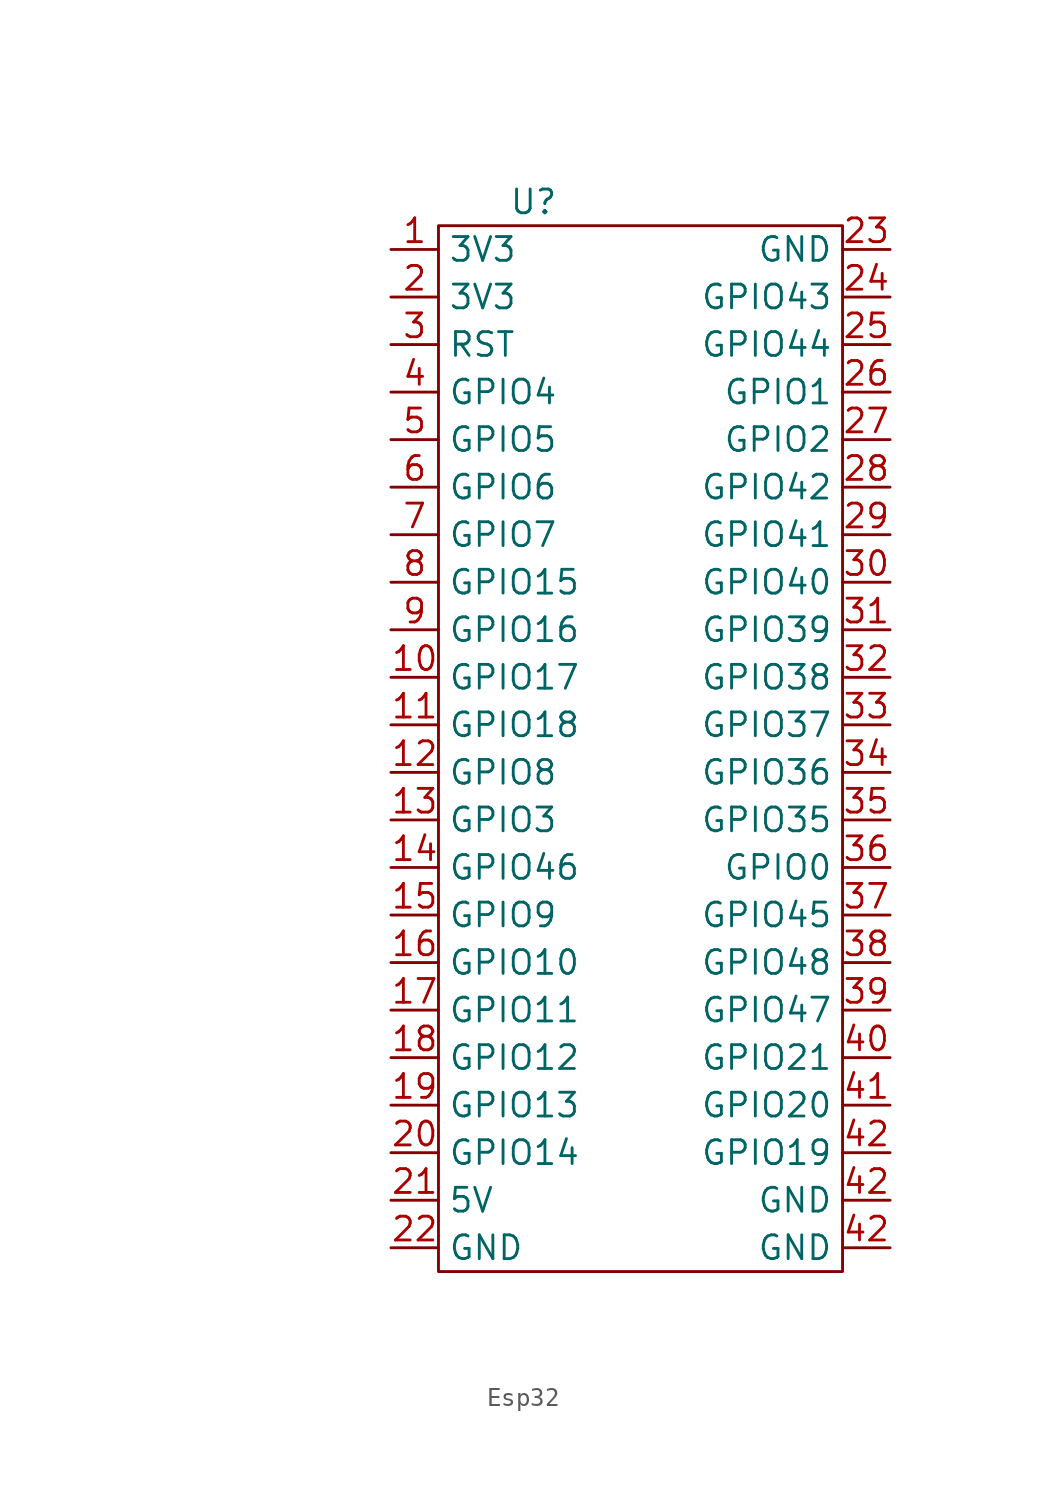
<source format=kicad_sym>
(kicad_symbol_lib
  (version 20220914)
  (generator kicad_symbol_editor)
  (symbol "Esp32"
    (property "Reference" "U"
      (at -6.35 26.67 0)
      (effects (font (size 1.27 1.27))))
    (property "Value" ""
      (at -26.67 -2.54 0)
      (effects (font (size 1.27 1.27))))
    (symbol "Esp32_0_1"
      (rectangle (start -11.43 25.4) (end 10.16 -30.48) (stroke (width 0) (type default)) (fill (type none))))
    (symbol "Esp32_1_1"
      (pin power_out line (at -13.97 24.13 0) (length 2.54) (name "3V3" (effects (font (size 1.27 1.27)))) (number "1" (effects (font (size 1.27 1.27)))))
      (pin bidirectional line (at -13.97 1.27 0) (length 2.54) (name "GPIO17" (effects (font (size 1.27 1.27)))) (number "10" (effects (font (size 1.27 1.27)))))
      (pin bidirectional line (at -13.97 -1.27 0) (length 2.54) (name "GPIO18" (effects (font (size 1.27 1.27)))) (number "11" (effects (font (size 1.27 1.27)))))
      (pin bidirectional line (at -13.97 -3.81 0) (length 2.54) (name "GPIO8" (effects (font (size 1.27 1.27)))) (number "12" (effects (font (size 1.27 1.27)))))
      (pin bidirectional line (at -13.97 -6.35 0) (length 2.54) (name "GPIO3" (effects (font (size 1.27 1.27)))) (number "13" (effects (font (size 1.27 1.27)))))
      (pin bidirectional line (at -13.97 -8.89 0) (length 2.54) (name "GPIO46" (effects (font (size 1.27 1.27)))) (number "14" (effects (font (size 1.27 1.27)))))
      (pin bidirectional line (at -13.97 -11.43 0) (length 2.54) (name "GPIO9" (effects (font (size 1.27 1.27)))) (number "15" (effects (font (size 1.27 1.27)))))
      (pin bidirectional line (at -13.97 -13.97 0) (length 2.54) (name "GPIO10" (effects (font (size 1.27 1.27)))) (number "16" (effects (font (size 1.27 1.27)))))
      (pin bidirectional line (at -13.97 -16.51 0) (length 2.54) (name "GPIO11" (effects (font (size 1.27 1.27)))) (number "17" (effects (font (size 1.27 1.27)))))
      (pin bidirectional line (at -13.97 -19.05 0) (length 2.54) (name "GPIO12" (effects (font (size 1.27 1.27)))) (number "18" (effects (font (size 1.27 1.27)))))
      (pin bidirectional line (at -13.97 -21.59 0) (length 2.54) (name "GPIO13" (effects (font (size 1.27 1.27)))) (number "19" (effects (font (size 1.27 1.27)))))
      (pin power_out line (at -13.97 21.59 0) (length 2.54) (name "3V3" (effects (font (size 1.27 1.27)))) (number "2" (effects (font (size 1.27 1.27)))))
      (pin bidirectional line (at -13.97 -24.13 0) (length 2.54) (name "GPIO14" (effects (font (size 1.27 1.27)))) (number "20" (effects (font (size 1.27 1.27)))))
      (pin power_out line (at -13.97 -26.67 0) (length 2.54) (name "5V" (effects (font (size 1.27 1.27)))) (number "21" (effects (font (size 1.27 1.27)))))
      (pin power_out line (at -13.97 -29.21 0) (length 2.54) (name "GND" (effects (font (size 1.27 1.27)))) (number "22" (effects (font (size 1.27 1.27)))))
      (pin power_out line (at 12.7 24.13 180) (length 2.54) (name "GND" (effects (font (size 1.27 1.27)))) (number "23" (effects (font (size 1.27 1.27)))))
      (pin bidirectional line (at 12.7 21.59 180) (length 2.54) (name "GPIO43" (effects (font (size 1.27 1.27)))) (number "24" (effects (font (size 1.27 1.27)))))
      (pin bidirectional line (at 12.7 19.05 180) (length 2.54) (name "GPIO44" (effects (font (size 1.27 1.27)))) (number "25" (effects (font (size 1.27 1.27)))))
      (pin bidirectional line (at 12.7 16.51 180) (length 2.54) (name "GPIO1" (effects (font (size 1.27 1.27)))) (number "26" (effects (font (size 1.27 1.27)))))
      (pin bidirectional line (at 12.7 13.97 180) (length 2.54) (name "GPIO2" (effects (font (size 1.27 1.27)))) (number "27" (effects (font (size 1.27 1.27)))))
      (pin bidirectional line (at 12.7 11.43 180) (length 2.54) (name "GPIO42" (effects (font (size 1.27 1.27)))) (number "28" (effects (font (size 1.27 1.27)))))
      (pin bidirectional line (at 12.7 8.89 180) (length 2.54) (name "GPIO41" (effects (font (size 1.27 1.27)))) (number "29" (effects (font (size 1.27 1.27)))))
      (pin bidirectional line (at -13.97 19.05 0) (length 2.54) (name "RST" (effects (font (size 1.27 1.27)))) (number "3" (effects (font (size 1.27 1.27)))))
      (pin bidirectional line (at 12.7 6.35 180) (length 2.54) (name "GPIO40" (effects (font (size 1.27 1.27)))) (number "30" (effects (font (size 1.27 1.27)))))
      (pin bidirectional line (at 12.7 3.81 180) (length 2.54) (name "GPIO39" (effects (font (size 1.27 1.27)))) (number "31" (effects (font (size 1.27 1.27)))))
      (pin bidirectional line (at 12.7 1.27 180) (length 2.54) (name "GPIO38" (effects (font (size 1.27 1.27)))) (number "32" (effects (font (size 1.27 1.27)))))
      (pin bidirectional line (at 12.7 -1.27 180) (length 2.54) (name "GPIO37" (effects (font (size 1.27 1.27)))) (number "33" (effects (font (size 1.27 1.27)))))
      (pin bidirectional line (at 12.7 -3.81 180) (length 2.54) (name "GPIO36" (effects (font (size 1.27 1.27)))) (number "34" (effects (font (size 1.27 1.27)))))
      (pin bidirectional line (at 12.7 -6.35 180) (length 2.54) (name "GPIO35" (effects (font (size 1.27 1.27)))) (number "35" (effects (font (size 1.27 1.27)))))
      (pin bidirectional line (at 12.7 -8.89 180) (length 2.54) (name "GPIO0" (effects (font (size 1.27 1.27)))) (number "36" (effects (font (size 1.27 1.27)))))
      (pin bidirectional line (at 12.7 -11.43 180) (length 2.54) (name "GPIO45" (effects (font (size 1.27 1.27)))) (number "37" (effects (font (size 1.27 1.27)))))
      (pin bidirectional line (at 12.7 -13.97 180) (length 2.54) (name "GPIO48" (effects (font (size 1.27 1.27)))) (number "38" (effects (font (size 1.27 1.27)))))
      (pin bidirectional line (at 12.7 -16.51 180) (length 2.54) (name "GPIO47" (effects (font (size 1.27 1.27)))) (number "39" (effects (font (size 1.27 1.27)))))
      (pin bidirectional line (at -13.97 16.51 0) (length 2.54) (name "GPIO4" (effects (font (size 1.27 1.27)))) (number "4" (effects (font (size 1.27 1.27)))))
      (pin bidirectional line (at 12.7 -19.05 180) (length 2.54) (name "GPIO21" (effects (font (size 1.27 1.27)))) (number "40" (effects (font (size 1.27 1.27)))))
      (pin bidirectional line (at 12.7 -21.59 180) (length 2.54) (name "GPIO20" (effects (font (size 1.27 1.27)))) (number "41" (effects (font (size 1.27 1.27)))))
      (pin power_out line (at 12.7 -29.21 180) (length 2.54) (name "GND" (effects (font (size 1.27 1.27)))) (number "42" (effects (font (size 1.27 1.27)))))
      (pin power_out line (at 12.7 -26.67 180) (length 2.54) (name "GND" (effects (font (size 1.27 1.27)))) (number "42" (effects (font (size 1.27 1.27)))))
      (pin bidirectional line (at 12.7 -24.13 180) (length 2.54) (name "GPIO19" (effects (font (size 1.27 1.27)))) (number "42" (effects (font (size 1.27 1.27)))))
      (pin bidirectional line (at -13.97 13.97 0) (length 2.54) (name "GPIO5" (effects (font (size 1.27 1.27)))) (number "5" (effects (font (size 1.27 1.27)))))
      (pin bidirectional line (at -13.97 11.43 0) (length 2.54) (name "GPIO6" (effects (font (size 1.27 1.27)))) (number "6" (effects (font (size 1.27 1.27)))))
      (pin bidirectional line (at -13.97 8.89 0) (length 2.54) (name "GPIO7" (effects (font (size 1.27 1.27)))) (number "7" (effects (font (size 1.27 1.27)))))
      (pin bidirectional line (at -13.97 6.35 0) (length 2.54) (name "GPIO15" (effects (font (size 1.27 1.27)))) (number "8" (effects (font (size 1.27 1.27)))))
      (pin bidirectional line (at -13.97 3.81 0) (length 2.54) (name "GPIO16" (effects (font (size 1.27 1.27)))) (number "9" (effects (font (size 1.27 1.27))))))))
</source>
